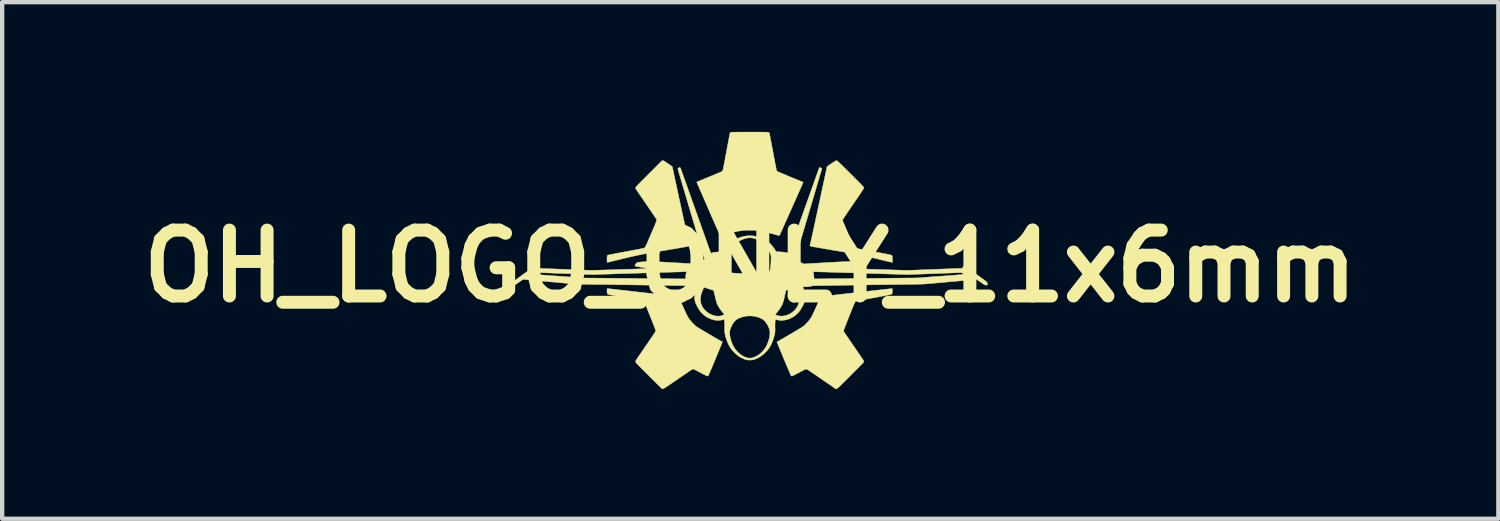
<source format=kicad_pcb>
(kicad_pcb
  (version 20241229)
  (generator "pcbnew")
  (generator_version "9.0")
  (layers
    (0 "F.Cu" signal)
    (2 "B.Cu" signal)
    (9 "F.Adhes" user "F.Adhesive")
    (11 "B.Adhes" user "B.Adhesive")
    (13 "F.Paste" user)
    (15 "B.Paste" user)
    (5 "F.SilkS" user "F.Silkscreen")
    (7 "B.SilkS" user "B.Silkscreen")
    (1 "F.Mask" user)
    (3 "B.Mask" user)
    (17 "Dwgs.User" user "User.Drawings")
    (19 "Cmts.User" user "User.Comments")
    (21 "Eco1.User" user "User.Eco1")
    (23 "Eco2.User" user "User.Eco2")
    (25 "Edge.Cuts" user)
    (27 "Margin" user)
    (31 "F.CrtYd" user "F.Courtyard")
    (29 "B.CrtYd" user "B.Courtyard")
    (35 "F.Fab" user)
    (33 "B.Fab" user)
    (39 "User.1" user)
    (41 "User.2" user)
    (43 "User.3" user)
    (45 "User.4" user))
  (footprint "OH_LOGO_ONLY_11x6mm"
    (layer "F.Cu")
    (at 14.304 3.107)
    (property "Reference" "OH_LOGO_ONLY_11x6mm" (at 0 0 0) (layer "F.SilkS") (effects (font (size 1.524 1.524) (thickness 0.3))))
    (attr through_hole)
    (fp_poly (pts (xy 2.008 -2.439) (xy 2.012 -2.436) (xy 2.022 -2.427) (xy 2.037 -2.413) (xy 2.057 -2.395) (xy 2.08 -2.372) (xy 2.107 -2.346) (xy 2.137 -2.317) (xy 2.169 -2.286) (xy 2.203 -2.252) (xy 2.239 -2.217) (xy 2.276 -2.18) (xy 2.313 -2.143) (xy 2.351 -2.106) (xy 2.387 -2.069) (xy 2.423 -2.033) (xy 2.458 -1.999) (xy 2.49 -1.966) (xy 2.52 -1.936) (xy 2.547 -1.908) (xy 2.571 -1.884) (xy 2.59 -1.864) (xy 2.606 -1.848) (xy 2.616 -1.836) (xy 2.621 -1.83) (xy 2.621 -1.83) (xy 2.626 -1.814) (xy 2.625 -1.804) (xy 2.622 -1.798) (xy 2.615 -1.785) (xy 2.602 -1.765) (xy 2.585 -1.738) (xy 2.563 -1.705) (xy 2.536 -1.665) (xy 2.505 -1.619) (xy 2.469 -1.565) (xy 2.428 -1.506) (xy 2.383 -1.44) (xy 2.344 -1.383) (xy 2.307 -1.329) (xy 2.274 -1.28) (xy 2.243 -1.235) (xy 2.217 -1.196) (xy 2.194 -1.161) (xy 2.174 -1.132) (xy 2.159 -1.108) (xy 2.148 -1.091) (xy 2.142 -1.08) (xy 2.14 -1.076) (xy 2.138 -1.063) (xy 2.138 -1.052) (xy 2.138 -1.052) (xy 2.141 -1.045) (xy 2.146 -1.032) (xy 2.154 -1.013) (xy 2.164 -0.988) (xy 2.177 -0.958) (xy 2.191 -0.924) (xy 2.207 -0.887) (xy 2.224 -0.848) (xy 2.241 -0.806) (xy 2.259 -0.764) (xy 2.278 -0.721) (xy 2.296 -0.679) (xy 2.314 -0.638) (xy 2.331 -0.598) (xy 2.347 -0.561) (xy 2.362 -0.528) (xy 2.375 -0.499) (xy 2.386 -0.474) (xy 2.394 -0.455) (xy 2.4 -0.443) (xy 2.403 -0.437) (xy 2.403 -0.437) (xy 2.413 -0.427) (xy 2.423 -0.42) (xy 2.428 -0.419) (xy 2.442 -0.416) (xy 2.463 -0.411) (xy 2.49 -0.406) (xy 2.523 -0.399) (xy 2.562 -0.392) (xy 2.605 -0.383) (xy 2.653 -0.374) (xy 2.704 -0.364) (xy 2.759 -0.354) (xy 2.816 -0.343) (xy 2.847 -0.338) (xy 2.915 -0.325) (xy 2.974 -0.314) (xy 3.027 -0.304) (xy 3.073 -0.295) (xy 3.112 -0.288) (xy 3.146 -0.282) (xy 3.174 -0.276) (xy 3.197 -0.271) (xy 3.216 -0.267) (xy 3.232 -0.264) (xy 3.243 -0.261) (xy 3.252 -0.259) (xy 3.259 -0.256) (xy 3.264 -0.254) (xy 3.267 -0.252) (xy 3.27 -0.251) (xy 3.272 -0.248) (xy 3.272 -0.248) (xy 3.285 -0.236) (xy 3.288 -0.088) (xy 3.278 -0.088) (xy 3.272 -0.089) (xy 3.259 -0.092) (xy 3.239 -0.097) (xy 3.213 -0.103) (xy 3.182 -0.11) (xy 3.146 -0.119) (xy 3.106 -0.128) (xy 3.064 -0.139) (xy 3.02 -0.149) (xy 2.926 -0.172) (xy 2.84 -0.193) (xy 2.762 -0.212) (xy 2.69 -0.228) (xy 2.625 -0.243) (xy 2.567 -0.256) (xy 2.514 -0.267) (xy 2.467 -0.276) (xy 2.449 -0.28) (xy 2.434 -0.283) (xy 2.412 -0.287) (xy 2.382 -0.292) (xy 2.346 -0.298) (xy 2.305 -0.305) (xy 2.258 -0.313) (xy 2.207 -0.322) (xy 2.152 -0.331) (xy 2.093 -0.341) (xy 2.033 -0.351) (xy 1.97 -0.362) (xy 1.907 -0.372) (xy 1.901 -0.373) (xy 1.838 -0.384) (xy 1.778 -0.394) (xy 1.719 -0.404) (xy 1.665 -0.413) (xy 1.613 -0.422) (xy 1.566 -0.431) (xy 1.524 -0.438) (xy 1.487 -0.445) (xy 1.456 -0.45) (xy 1.432 -0.455) (xy 1.415 -0.458) (xy 1.405 -0.46) (xy 1.404 -0.461) (xy 1.39 -0.466) (xy 1.382 -0.47) (xy 1.379 -0.474) (xy 1.38 -0.479) (xy 1.382 -0.485) (xy 1.384 -0.494) (xy 1.387 -0.505) (xy 1.39 -0.518) (xy 1.394 -0.534) (xy 1.398 -0.553) (xy 1.403 -0.575) (xy 1.409 -0.602) (xy 1.416 -0.632) (xy 1.423 -0.667) (xy 1.432 -0.706) (xy 1.442 -0.75) (xy 1.453 -0.8) (xy 1.465 -0.856) (xy 1.478 -0.917) (xy 1.493 -0.985) (xy 1.509 -1.06) (xy 1.526 -1.141) (xy 1.546 -1.23) (xy 1.566 -1.326) (xy 1.589 -1.431) (xy 1.59 -1.434) (xy 1.777 -2.304) (xy 1.875 -2.372) (xy 1.901 -2.389) (xy 1.926 -2.405) (xy 1.947 -2.419) (xy 1.965 -2.43) (xy 1.978 -2.437) (xy 1.985 -2.441) (xy 1.985 -2.441) (xy 1.999 -2.441) (xy 2.008 -2.439)) (stroke (width 0.01) (type solid)) (fill yes) (layer "F.SilkS"))
    (fp_poly (pts (xy -2.022 -2.441) (xy -2.016 -2.441) (xy -2.009 -2.44) (xy -2.002 -2.437) (xy -1.993 -2.432) (xy -1.981 -2.425) (xy -1.965 -2.414) (xy -1.944 -2.4) (xy -1.918 -2.382) (xy -1.903 -2.372) (xy -1.804 -2.304) (xy -1.613 -1.417) (xy -1.594 -1.332) (xy -1.576 -1.248) (xy -1.559 -1.167) (xy -1.542 -1.089) (xy -1.525 -1.014) (xy -1.51 -0.943) (xy -1.495 -0.875) (xy -1.482 -0.812) (xy -1.469 -0.754) (xy -1.457 -0.701) (xy -1.447 -0.654) (xy -1.438 -0.612) (xy -1.43 -0.577) (xy -1.424 -0.548) (xy -1.419 -0.527) (xy -1.416 -0.513) (xy -1.414 -0.507) (xy -1.41 -0.493) (xy -1.407 -0.481) (xy -1.405 -0.476) (xy -1.405 -0.472) (xy -1.411 -0.468) (xy -1.422 -0.464) (xy -1.432 -0.46) (xy -1.44 -0.458) (xy -1.455 -0.455) (xy -1.478 -0.451) (xy -1.508 -0.446) (xy -1.544 -0.439) (xy -1.585 -0.432) (xy -1.631 -0.424) (xy -1.682 -0.415) (xy -1.736 -0.406) (xy -1.794 -0.396) (xy -1.854 -0.386) (xy -1.917 -0.375) (xy -1.941 -0.371) (xy -2.026 -0.357) (xy -2.103 -0.344) (xy -2.173 -0.332) (xy -2.236 -0.321) (xy -2.294 -0.311) (xy -2.347 -0.302) (xy -2.396 -0.294) (xy -2.441 -0.285) (xy -2.484 -0.278) (xy -2.524 -0.27) (xy -2.562 -0.262) (xy -2.6 -0.254) (xy -2.638 -0.246) (xy -2.676 -0.238) (xy -2.715 -0.229) (xy -2.756 -0.22) (xy -2.8 -0.209) (xy -2.847 -0.198) (xy -2.897 -0.186) (xy -2.953 -0.173) (xy -3.014 -0.158) (xy -3.031 -0.154) (xy -3.077 -0.142) (xy -3.122 -0.132) (xy -3.163 -0.122) (xy -3.2 -0.113) (xy -3.233 -0.105) (xy -3.261 -0.098) (xy -3.283 -0.093) (xy -3.298 -0.09) (xy -3.306 -0.088) (xy -3.307 -0.088) (xy -3.309 -0.089) (xy -3.311 -0.095) (xy -3.312 -0.106) (xy -3.313 -0.123) (xy -3.313 -0.147) (xy -3.313 -0.157) (xy -3.313 -0.187) (xy -3.312 -0.209) (xy -3.31 -0.226) (xy -3.307 -0.237) (xy -3.303 -0.246) (xy -3.297 -0.252) (xy -3.293 -0.255) (xy -3.287 -0.257) (xy -3.274 -0.26) (xy -3.253 -0.264) (xy -3.225 -0.27) (xy -3.19 -0.277) (xy -3.149 -0.285) (xy -3.102 -0.294) (xy -3.05 -0.304) (xy -2.994 -0.315) (xy -2.932 -0.326) (xy -2.871 -0.338) (xy -2.803 -0.35) (xy -2.743 -0.362) (xy -2.69 -0.372) (xy -2.644 -0.38) (xy -2.604 -0.388) (xy -2.57 -0.394) (xy -2.541 -0.4) (xy -2.518 -0.405) (xy -2.498 -0.409) (xy -2.483 -0.412) (xy -2.47 -0.415) (xy -2.461 -0.418) (xy -2.454 -0.42) (xy -2.449 -0.422) (xy -2.445 -0.425) (xy -2.443 -0.426) (xy -2.44 -0.428) (xy -2.437 -0.431) (xy -2.433 -0.435) (xy -2.43 -0.44) (xy -2.425 -0.447) (xy -2.42 -0.457) (xy -2.414 -0.47) (xy -2.406 -0.487) (xy -2.397 -0.508) (xy -2.385 -0.533) (xy -2.372 -0.564) (xy -2.356 -0.601) (xy -2.337 -0.644) (xy -2.316 -0.693) (xy -2.296 -0.74) (xy -2.271 -0.797) (xy -2.25 -0.848) (xy -2.231 -0.891) (xy -2.215 -0.929) (xy -2.202 -0.961) (xy -2.191 -0.988) (xy -2.183 -1.01) (xy -2.176 -1.028) (xy -2.171 -1.043) (xy -2.168 -1.055) (xy -2.166 -1.064) (xy -2.166 -1.071) (xy -2.167 -1.077) (xy -2.168 -1.083) (xy -2.17 -1.088) (xy -2.172 -1.09) (xy -2.175 -1.096) (xy -2.182 -1.107) (xy -2.194 -1.125) (xy -2.21 -1.148) (xy -2.229 -1.176) (xy -2.251 -1.208) (xy -2.276 -1.245) (xy -2.303 -1.285) (xy -2.333 -1.328) (xy -2.364 -1.374) (xy -2.397 -1.421) (xy -2.411 -1.443) (xy -2.445 -1.491) (xy -2.476 -1.538) (xy -2.507 -1.582) (xy -2.535 -1.623) (xy -2.561 -1.661) (xy -2.584 -1.695) (xy -2.604 -1.725) (xy -2.621 -1.751) (xy -2.634 -1.771) (xy -2.644 -1.785) (xy -2.649 -1.793) (xy -2.649 -1.794) (xy -2.651 -1.798) (xy -2.652 -1.803) (xy -2.653 -1.807) (xy -2.653 -1.811) (xy -2.651 -1.817) (xy -2.647 -1.823) (xy -2.642 -1.832) (xy -2.634 -1.842) (xy -2.624 -1.854) (xy -2.61 -1.869) (xy -2.593 -1.887) (xy -2.573 -1.908) (xy -2.549 -1.933) (xy -2.52 -1.962) (xy -2.487 -1.995) (xy -2.448 -2.034) (xy -2.405 -2.077) (xy -2.356 -2.126) (xy -2.344 -2.138) (xy -2.041 -2.441) (xy -2.022 -2.441)) (stroke (width 0.01) (type solid)) (fill yes) (layer "F.SilkS"))
    (fp_poly (pts (xy -0.033 -3.102) (xy -0.013 -3.102) (xy 0.057 -3.102) (xy 0.119 -3.102) (xy 0.173 -3.102) (xy 0.221 -3.102) (xy 0.262 -3.101) (xy 0.297 -3.101) (xy 0.326 -3.101) (xy 0.351 -3.101) (xy 0.37 -3.1) (xy 0.386 -3.1) (xy 0.399 -3.099) (xy 0.408 -3.098) (xy 0.415 -3.098) (xy 0.42 -3.097) (xy 0.423 -3.096) (xy 0.425 -3.095) (xy 0.435 -3.087) (xy 0.442 -3.078) (xy 0.443 -3.072) (xy 0.446 -3.059) (xy 0.45 -3.039) (xy 0.455 -3.012) (xy 0.462 -2.979) (xy 0.469 -2.94) (xy 0.478 -2.897) (xy 0.487 -2.849) (xy 0.496 -2.797) (xy 0.507 -2.743) (xy 0.518 -2.685) (xy 0.525 -2.646) (xy 0.536 -2.588) (xy 0.546 -2.531) (xy 0.557 -2.477) (xy 0.566 -2.427) (xy 0.575 -2.38) (xy 0.583 -2.338) (xy 0.591 -2.302) (xy 0.597 -2.27) (xy 0.602 -2.245) (xy 0.606 -2.227) (xy 0.608 -2.216) (xy 0.609 -2.213) (xy 0.617 -2.202) (xy 0.625 -2.193) (xy 0.63 -2.19) (xy 0.642 -2.185) (xy 0.66 -2.177) (xy 0.684 -2.166) (xy 0.713 -2.154) (xy 0.746 -2.14) (xy 0.783 -2.125) (xy 0.822 -2.109) (xy 0.862 -2.092) (xy 0.904 -2.074) (xy 0.946 -2.057) (xy 0.988 -2.039) (xy 1.029 -2.023) (xy 1.068 -2.007) (xy 1.104 -1.992) (xy 1.136 -1.979) (xy 1.165 -1.967) (xy 1.188 -1.958) (xy 1.206 -1.951) (xy 1.218 -1.947) (xy 1.222 -1.945) (xy 1.222 -1.944) (xy 1.221 -1.94) (xy 1.219 -1.933) (xy 1.215 -1.923) (xy 1.21 -1.909) (xy 1.202 -1.891) (xy 1.193 -1.869) (xy 1.182 -1.842) (xy 1.168 -1.811) (xy 1.152 -1.774) (xy 1.133 -1.732) (xy 1.112 -1.684) (xy 1.088 -1.63) (xy 1.061 -1.57) (xy 1.031 -1.503) (xy 0.998 -1.428) (xy 0.962 -1.347) (xy 0.954 -1.33) (xy 0.924 -1.262) (xy 0.894 -1.196) (xy 0.866 -1.132) (xy 0.838 -1.071) (xy 0.812 -1.013) (xy 0.788 -0.959) (xy 0.766 -0.91) (xy 0.746 -0.864) (xy 0.728 -0.824) (xy 0.712 -0.789) (xy 0.699 -0.76) (xy 0.689 -0.737) (xy 0.681 -0.721) (xy 0.677 -0.712) (xy 0.676 -0.71) (xy 0.673 -0.708) (xy 0.668 -0.708) (xy 0.659 -0.709) (xy 0.645 -0.713) (xy 0.625 -0.719) (xy 0.611 -0.722) (xy 0.55 -0.74) (xy 0.485 -0.757) (xy 0.418 -0.774) (xy 0.35 -0.789) (xy 0.285 -0.803) (xy 0.223 -0.815) (xy 0.18 -0.822) (xy 0.154 -0.825) (xy 0.122 -0.828) (xy 0.085 -0.83) (xy 0.044 -0.831) (xy 0.002 -0.832) (xy -0.04 -0.832) (xy -0.081 -0.832) (xy -0.118 -0.83) (xy -0.15 -0.828) (xy -0.167 -0.827) (xy -0.215 -0.82) (xy -0.27 -0.811) (xy -0.33 -0.799) (xy -0.392 -0.786) (xy -0.456 -0.771) (xy -0.519 -0.756) (xy -0.581 -0.739) (xy -0.624 -0.726) (xy -0.647 -0.72) (xy -0.667 -0.714) (xy -0.682 -0.709) (xy -0.693 -0.707) (xy -0.696 -0.706) (xy -0.698 -0.71) (xy -0.703 -0.721) (xy -0.711 -0.739) (xy -0.722 -0.764) (xy -0.736 -0.794) (xy -0.752 -0.831) (xy -0.77 -0.873) (xy -0.791 -0.919) (xy -0.813 -0.97) (xy -0.838 -1.025) (xy -0.863 -1.084) (xy -0.891 -1.146) (xy -0.919 -1.211) (xy -0.948 -1.278) (xy -0.968 -1.322) (xy -0.997 -1.391) (xy -1.026 -1.457) (xy -1.054 -1.521) (xy -1.081 -1.582) (xy -1.106 -1.64) (xy -1.13 -1.694) (xy -1.151 -1.744) (xy -1.171 -1.789) (xy -1.188 -1.829) (xy -1.204 -1.864) (xy -1.216 -1.893) (xy -1.226 -1.916) (xy -1.233 -1.932) (xy -1.237 -1.941) (xy -1.237 -1.943) (xy -1.234 -1.946) (xy -1.223 -1.951) (xy -1.204 -1.96) (xy -1.179 -1.971) (xy -1.148 -1.984) (xy -1.11 -2) (xy -1.067 -2.018) (xy -1.019 -2.038) (xy -0.966 -2.06) (xy -0.954 -2.065) (xy -0.907 -2.084) (xy -0.862 -2.102) (xy -0.82 -2.12) (xy -0.781 -2.136) (xy -0.747 -2.15) (xy -0.717 -2.163) (xy -0.692 -2.174) (xy -0.673 -2.182) (xy -0.661 -2.187) (xy -0.656 -2.19) (xy -0.646 -2.2) (xy -0.637 -2.212) (xy -0.636 -2.213) (xy -0.634 -2.219) (xy -0.631 -2.234) (xy -0.626 -2.256) (xy -0.62 -2.285) (xy -0.613 -2.321) (xy -0.605 -2.363) (xy -0.595 -2.411) (xy -0.585 -2.465) (xy -0.574 -2.524) (xy -0.562 -2.588) (xy -0.55 -2.65) (xy -0.539 -2.709) (xy -0.529 -2.766) (xy -0.519 -2.819) (xy -0.509 -2.87) (xy -0.501 -2.916) (xy -0.493 -2.958) (xy -0.485 -2.994) (xy -0.479 -3.025) (xy -0.475 -3.05) (xy -0.471 -3.068) (xy -0.468 -3.078) (xy -0.468 -3.081) (xy -0.466 -3.084) (xy -0.464 -3.087) (xy -0.462 -3.09) (xy -0.459 -3.092) (xy -0.454 -3.094) (xy -0.447 -3.096) (xy -0.438 -3.097) (xy -0.426 -3.098) (xy -0.41 -3.099) (xy -0.39 -3.1) (xy -0.366 -3.101) (xy -0.337 -3.101) (xy -0.303 -3.101) (xy -0.263 -3.102) (xy -0.216 -3.102) (xy -0.163 -3.102) (xy -0.102 -3.102) (xy -0.033 -3.102)) (stroke (width 0.01) (type solid)) (fill yes) (layer "F.SilkS"))
    (fp_poly (pts (xy -3.299 0.518) (xy -3.286 0.52) (xy -3.266 0.522) (xy -3.239 0.525) (xy -3.205 0.528) (xy -3.166 0.533) (xy -3.121 0.538) (xy -3.071 0.544) (xy -3.016 0.55) (xy -2.958 0.556) (xy -2.897 0.563) (xy -2.832 0.57) (xy -2.765 0.578) (xy -2.696 0.586) (xy -2.625 0.594) (xy -2.554 0.602) (xy -2.482 0.61) (xy -2.41 0.618) (xy -2.339 0.626) (xy -2.269 0.634) (xy -2.2 0.642) (xy -2.133 0.649) (xy -2.069 0.657) (xy -2.008 0.664) (xy -1.95 0.67) (xy -1.896 0.676) (xy -1.847 0.682) (xy -1.803 0.687) (xy -1.764 0.692) (xy -1.732 0.695) (xy -1.706 0.698) (xy -1.686 0.701) (xy -1.675 0.702) (xy -1.672 0.702) (xy -1.66 0.705) (xy -1.654 0.709) (xy -1.652 0.717) (xy -1.65 0.723) (xy -1.644 0.736) (xy -1.636 0.756) (xy -1.626 0.78) (xy -1.613 0.808) (xy -1.599 0.84) (xy -1.584 0.874) (xy -1.568 0.91) (xy -1.551 0.946) (xy -1.535 0.982) (xy -1.519 1.017) (xy -1.504 1.051) (xy -1.49 1.081) (xy -1.478 1.107) (xy -1.467 1.13) (xy -1.459 1.146) (xy -1.455 1.154) (xy -1.434 1.189) (xy -1.408 1.227) (xy -1.377 1.267) (xy -1.343 1.306) (xy -1.308 1.342) (xy -1.273 1.375) (xy -1.239 1.403) (xy -1.238 1.403) (xy -1.231 1.408) (xy -1.217 1.417) (xy -1.196 1.429) (xy -1.171 1.445) (xy -1.142 1.462) (xy -1.108 1.482) (xy -1.072 1.504) (xy -1.033 1.527) (xy -0.993 1.55) (xy -0.952 1.574) (xy -0.911 1.598) (xy -0.871 1.622) (xy -0.832 1.645) (xy -0.795 1.666) (xy -0.761 1.686) (xy -0.73 1.704) (xy -0.704 1.719) (xy -0.682 1.731) (xy -0.667 1.739) (xy -0.662 1.742) (xy -0.643 1.752) (xy -0.803 2.139) (xy -0.831 2.208) (xy -0.858 2.27) (xy -0.881 2.327) (xy -0.902 2.377) (xy -0.921 2.421) (xy -0.937 2.457) (xy -0.95 2.487) (xy -0.96 2.51) (xy -0.967 2.525) (xy -0.972 2.533) (xy -0.972 2.534) (xy -0.983 2.54) (xy -0.992 2.541) (xy -0.998 2.539) (xy -1.011 2.534) (xy -1.029 2.525) (xy -1.052 2.513) (xy -1.079 2.5) (xy -1.11 2.484) (xy -1.143 2.467) (xy -1.154 2.461) (xy -1.193 2.44) (xy -1.225 2.423) (xy -1.252 2.409) (xy -1.274 2.398) (xy -1.291 2.391) (xy -1.304 2.385) (xy -1.315 2.382) (xy -1.323 2.381) (xy -1.33 2.381) (xy -1.337 2.383) (xy -1.341 2.384) (xy -1.346 2.387) (xy -1.357 2.394) (xy -1.374 2.406) (xy -1.397 2.421) (xy -1.425 2.44) (xy -1.457 2.462) (xy -1.493 2.486) (xy -1.533 2.513) (xy -1.575 2.542) (xy -1.62 2.573) (xy -1.667 2.605) (xy -1.678 2.613) (xy -1.734 2.651) (xy -1.784 2.685) (xy -1.827 2.715) (xy -1.865 2.741) (xy -1.898 2.763) (xy -1.926 2.781) (xy -1.949 2.797) (xy -1.969 2.809) (xy -1.985 2.819) (xy -1.998 2.826) (xy -2.008 2.832) (xy -2.016 2.835) (xy -2.023 2.837) (xy -2.028 2.837) (xy -2.032 2.837) (xy -2.036 2.835) (xy -2.04 2.833) (xy -2.041 2.833) (xy -2.045 2.829) (xy -2.055 2.82) (xy -2.07 2.805) (xy -2.09 2.786) (xy -2.113 2.763) (xy -2.14 2.737) (xy -2.17 2.708) (xy -2.202 2.676) (xy -2.236 2.642) (xy -2.272 2.606) (xy -2.308 2.57) (xy -2.345 2.532) (xy -2.383 2.495) (xy -2.419 2.459) (xy -2.455 2.423) (xy -2.489 2.389) (xy -2.521 2.356) (xy -2.55 2.327) (xy -2.577 2.3) (xy -2.6 2.276) (xy -2.619 2.257) (xy -2.633 2.242) (xy -2.642 2.232) (xy -2.646 2.227) (xy -2.646 2.227) (xy -2.65 2.218) (xy -2.652 2.209) (xy -2.651 2.199) (xy -2.647 2.187) (xy -2.639 2.173) (xy -2.627 2.153) (xy -2.611 2.128) (xy -2.609 2.125) (xy -2.599 2.111) (xy -2.585 2.091) (xy -2.567 2.065) (xy -2.546 2.034) (xy -2.522 1.999) (xy -2.496 1.961) (xy -2.468 1.92) (xy -2.439 1.877) (xy -2.408 1.833) (xy -2.381 1.794) (xy -2.352 1.751) (xy -2.324 1.71) (xy -2.298 1.671) (xy -2.273 1.636) (xy -2.251 1.603) (xy -2.232 1.575) (xy -2.217 1.551) (xy -2.205 1.533) (xy -2.196 1.52) (xy -2.193 1.514) (xy -2.192 1.514) (xy -2.188 1.501) (xy -2.187 1.488) (xy -2.188 1.482) (xy -2.193 1.469) (xy -2.2 1.45) (xy -2.209 1.424) (xy -2.221 1.394) (xy -2.234 1.36) (xy -2.249 1.322) (xy -2.265 1.281) (xy -2.282 1.238) (xy -2.3 1.194) (xy -2.318 1.15) (xy -2.335 1.105) (xy -2.353 1.062) (xy -2.37 1.02) (xy -2.386 0.98) (xy -2.402 0.943) (xy -2.415 0.91) (xy -2.427 0.881) (xy -2.437 0.858) (xy -2.445 0.84) (xy -2.45 0.83) (xy -2.452 0.826) (xy -2.461 0.817) (xy -2.469 0.811) (xy -2.47 0.81) (xy -2.475 0.809) (xy -2.488 0.806) (xy -2.508 0.802) (xy -2.534 0.797) (xy -2.567 0.79) (xy -2.605 0.783) (xy -2.648 0.775) (xy -2.695 0.766) (xy -2.746 0.757) (xy -2.8 0.746) (xy -2.856 0.736) (xy -2.879 0.732) (xy -2.952 0.718) (xy -3.017 0.706) (xy -3.075 0.695) (xy -3.125 0.685) (xy -3.168 0.677) (xy -3.204 0.67) (xy -3.233 0.664) (xy -3.256 0.659) (xy -3.273 0.655) (xy -3.285 0.652) (xy -3.291 0.65) (xy -3.292 0.649) (xy -3.3 0.642) (xy -3.306 0.634) (xy -3.31 0.623) (xy -3.312 0.607) (xy -3.313 0.586) (xy -3.313 0.57) (xy -3.313 0.548) (xy -3.312 0.533) (xy -3.311 0.524) (xy -3.31 0.52) (xy -3.307 0.518) (xy -3.304 0.518) (xy -3.299 0.518)) (stroke (width 0.01) (type solid)) (fill yes) (layer "F.SilkS"))
    (fp_poly (pts (xy 3.281 0.518) (xy 3.284 0.52) (xy 3.286 0.524) (xy 3.287 0.534) (xy 3.287 0.548) (xy 3.287 0.567) (xy 3.286 0.595) (xy 3.284 0.617) (xy 3.28 0.632) (xy 3.273 0.643) (xy 3.265 0.65) (xy 3.26 0.652) (xy 3.246 0.655) (xy 3.225 0.66) (xy 3.198 0.665) (xy 3.164 0.672) (xy 3.125 0.68) (xy 3.081 0.688) (xy 3.032 0.698) (xy 2.978 0.708) (xy 2.922 0.719) (xy 2.862 0.73) (xy 2.853 0.731) (xy 2.796 0.742) (xy 2.741 0.752) (xy 2.689 0.762) (xy 2.641 0.771) (xy 2.596 0.78) (xy 2.556 0.787) (xy 2.521 0.794) (xy 2.492 0.8) (xy 2.47 0.804) (xy 2.454 0.807) (xy 2.446 0.809) (xy 2.445 0.81) (xy 2.441 0.812) (xy 2.436 0.816) (xy 2.432 0.82) (xy 2.427 0.827) (xy 2.422 0.836) (xy 2.416 0.848) (xy 2.409 0.863) (xy 2.4 0.882) (xy 2.39 0.905) (xy 2.378 0.934) (xy 2.364 0.967) (xy 2.348 1.007) (xy 2.33 1.053) (xy 2.308 1.106) (xy 2.288 1.156) (xy 2.262 1.222) (xy 2.239 1.28) (xy 2.219 1.331) (xy 2.202 1.374) (xy 2.188 1.411) (xy 2.177 1.44) (xy 2.169 1.463) (xy 2.164 1.478) (xy 2.161 1.488) (xy 2.161 1.49) (xy 2.163 1.505) (xy 2.167 1.517) (xy 2.167 1.518) (xy 2.17 1.523) (xy 2.178 1.535) (xy 2.19 1.552) (xy 2.205 1.575) (xy 2.224 1.603) (xy 2.246 1.635) (xy 2.271 1.671) (xy 2.298 1.711) (xy 2.327 1.753) (xy 2.357 1.798) (xy 2.386 1.84) (xy 2.418 1.886) (xy 2.448 1.931) (xy 2.478 1.973) (xy 2.505 2.013) (xy 2.53 2.05) (xy 2.553 2.083) (xy 2.572 2.111) (xy 2.588 2.135) (xy 2.601 2.153) (xy 2.609 2.165) (xy 2.613 2.17) (xy 2.623 2.19) (xy 2.627 2.206) (xy 2.626 2.209) (xy 2.626 2.212) (xy 2.624 2.216) (xy 2.621 2.22) (xy 2.616 2.227) (xy 2.609 2.235) (xy 2.6 2.245) (xy 2.589 2.257) (xy 2.574 2.273) (xy 2.556 2.291) (xy 2.534 2.313) (xy 2.508 2.339) (xy 2.478 2.37) (xy 2.443 2.405) (xy 2.403 2.445) (xy 2.358 2.49) (xy 2.319 2.53) (xy 2.268 2.581) (xy 2.222 2.626) (xy 2.183 2.666) (xy 2.148 2.701) (xy 2.117 2.731) (xy 2.091 2.757) (xy 2.068 2.778) (xy 2.049 2.796) (xy 2.033 2.81) (xy 2.019 2.821) (xy 2.008 2.829) (xy 1.998 2.834) (xy 1.99 2.837) (xy 1.983 2.837) (xy 1.977 2.836) (xy 1.971 2.833) (xy 1.965 2.829) (xy 1.959 2.824) (xy 1.951 2.819) (xy 1.944 2.814) (xy 1.935 2.807) (xy 1.92 2.797) (xy 1.899 2.783) (xy 1.873 2.765) (xy 1.842 2.743) (xy 1.807 2.719) (xy 1.768 2.693) (xy 1.727 2.665) (xy 1.684 2.635) (xy 1.639 2.604) (xy 1.613 2.586) (xy 1.56 2.55) (xy 1.514 2.519) (xy 1.474 2.491) (xy 1.439 2.468) (xy 1.41 2.448) (xy 1.385 2.431) (xy 1.364 2.417) (xy 1.347 2.407) (xy 1.334 2.398) (xy 1.323 2.392) (xy 1.314 2.387) (xy 1.308 2.384) (xy 1.303 2.383) (xy 1.299 2.382) (xy 1.298 2.382) (xy 1.292 2.381) (xy 1.287 2.382) (xy 1.28 2.383) (xy 1.272 2.386) (xy 1.261 2.391) (xy 1.247 2.398) (xy 1.229 2.407) (xy 1.206 2.419) (xy 1.177 2.434) (xy 1.141 2.453) (xy 1.127 2.461) (xy 1.086 2.482) (xy 1.05 2.501) (xy 1.02 2.517) (xy 0.995 2.528) (xy 0.978 2.536) (xy 0.967 2.541) (xy 0.964 2.541) (xy 0.951 2.538) (xy 0.943 2.532) (xy 0.94 2.527) (xy 0.935 2.514) (xy 0.926 2.495) (xy 0.916 2.47) (xy 0.902 2.439) (xy 0.887 2.404) (xy 0.87 2.363) (xy 0.851 2.319) (xy 0.831 2.271) (xy 0.81 2.22) (xy 0.787 2.167) (xy 0.764 2.111) (xy 0.741 2.055) (xy 0.717 1.998) (xy 0.693 1.941) (xy 0.67 1.884) (xy 0.647 1.828) (xy 0.625 1.773) (xy 0.617 1.755) (xy 0.619 1.75) (xy 0.623 1.748) (xy 0.629 1.745) (xy 0.641 1.738) (xy 0.66 1.728) (xy 0.684 1.715) (xy 0.712 1.698) (xy 0.744 1.68) (xy 0.779 1.66) (xy 0.816 1.638) (xy 0.856 1.615) (xy 0.896 1.591) (xy 0.937 1.568) (xy 0.977 1.544) (xy 1.016 1.521) (xy 1.054 1.498) (xy 1.089 1.478) (xy 1.121 1.458) (xy 1.15 1.441) (xy 1.174 1.427) (xy 1.192 1.416) (xy 1.205 1.407) (xy 1.21 1.404) (xy 1.244 1.377) (xy 1.28 1.344) (xy 1.315 1.307) (xy 1.35 1.267) (xy 1.381 1.227) (xy 1.408 1.189) (xy 1.42 1.171) (xy 1.424 1.161) (xy 1.432 1.145) (xy 1.443 1.123) (xy 1.455 1.097) (xy 1.47 1.066) (xy 1.485 1.033) (xy 1.501 0.997) (xy 1.518 0.96) (xy 1.535 0.923) (xy 1.552 0.886) (xy 1.568 0.85) (xy 1.582 0.818) (xy 1.596 0.788) (xy 1.607 0.762) (xy 1.615 0.742) (xy 1.621 0.728) (xy 1.624 0.721) (xy 1.627 0.71) (xy 1.629 0.704) (xy 1.629 0.704) (xy 1.634 0.703) (xy 1.646 0.702) (xy 1.666 0.7) (xy 1.693 0.697) (xy 1.726 0.693) (xy 1.766 0.688) (xy 1.813 0.683) (xy 1.864 0.677) (xy 1.921 0.671) (xy 1.983 0.664) (xy 2.049 0.656) (xy 2.119 0.648) (xy 2.193 0.64) (xy 2.27 0.631) (xy 2.349 0.622) (xy 2.431 0.613) (xy 2.448 0.611) (xy 2.531 0.601) (xy 2.611 0.592) (xy 2.689 0.584) (xy 2.764 0.575) (xy 2.835 0.567) (xy 2.902 0.559) (xy 2.966 0.552) (xy 3.024 0.546) (xy 3.078 0.54) (xy 3.126 0.534) (xy 3.168 0.53) (xy 3.204 0.526) (xy 3.233 0.522) (xy 3.255 0.52) (xy 3.27 0.518) (xy 3.277 0.518) (xy 3.277 0.518) (xy 3.281 0.518)) (stroke (width 0.01) (type solid)) (fill yes) (layer "F.SilkS"))
    (fp_poly (pts (xy -1.623 -2.279) (xy -1.617 -2.276) (xy -1.613 -2.269) (xy -1.613 -2.268) (xy -1.61 -2.261) (xy -1.605 -2.247) (xy -1.597 -2.225) (xy -1.587 -2.197) (xy -1.575 -2.163) (xy -1.561 -2.123) (xy -1.545 -2.078) (xy -1.527 -2.028) (xy -1.508 -1.974) (xy -1.487 -1.916) (xy -1.465 -1.854) (xy -1.442 -1.79) (xy -1.419 -1.723) (xy -1.394 -1.655) (xy -1.369 -1.584) (xy -1.344 -1.513) (xy -1.318 -1.441) (xy -1.293 -1.369) (xy -1.267 -1.298) (xy -1.242 -1.227) (xy -1.217 -1.157) (xy -1.193 -1.089) (xy -1.169 -1.024) (xy -1.147 -0.961) (xy -1.126 -0.901) (xy -1.106 -0.844) (xy -1.087 -0.792) (xy -1.07 -0.744) (xy -1.055 -0.701) (xy -1.041 -0.663) (xy -1.03 -0.631) (xy -1.027 -0.625) (xy -1.01 -0.574) (xy -0.993 -0.527) (xy -0.977 -0.482) (xy -0.962 -0.441) (xy -0.949 -0.403) (xy -0.937 -0.371) (xy -0.927 -0.344) (xy -0.92 -0.323) (xy -0.914 -0.308) (xy -0.912 -0.301) (xy -0.911 -0.3) (xy -0.907 -0.3) (xy -0.898 -0.304) (xy -0.896 -0.305) (xy -0.878 -0.31) (xy -0.854 -0.316) (xy -0.823 -0.321) (xy -0.789 -0.325) (xy -0.751 -0.329) (xy -0.712 -0.332) (xy -0.673 -0.333) (xy -0.663 -0.333) (xy -0.619 -0.334) (xy -0.598 -0.369) (xy -0.574 -0.407) (xy -0.545 -0.446) (xy -0.514 -0.484) (xy -0.482 -0.52) (xy -0.451 -0.55) (xy -0.423 -0.574) (xy -0.393 -0.594) (xy -0.358 -0.613) (xy -0.316 -0.633) (xy -0.272 -0.651) (xy -0.225 -0.668) (xy -0.178 -0.682) (xy -0.134 -0.693) (xy -0.101 -0.698) (xy -0.061 -0.702) (xy -0.019 -0.703) (xy 0.024 -0.703) (xy 0.065 -0.7) (xy 0.102 -0.696) (xy 0.115 -0.693) (xy 0.168 -0.68) (xy 0.22 -0.664) (xy 0.27 -0.645) (xy 0.317 -0.623) (xy 0.36 -0.601) (xy 0.396 -0.578) (xy 0.411 -0.567) (xy 0.442 -0.54) (xy 0.474 -0.507) (xy 0.506 -0.471) (xy 0.536 -0.433) (xy 0.562 -0.396) (xy 0.581 -0.364) (xy 0.598 -0.335) (xy 0.646 -0.333) (xy 0.701 -0.331) (xy 0.755 -0.326) (xy 0.806 -0.32) (xy 0.852 -0.311) (xy 0.886 -0.302) (xy 0.886 -0.303) (xy 0.887 -0.304) (xy 0.889 -0.305) (xy 0.89 -0.309) (xy 0.892 -0.314) (xy 0.895 -0.32) (xy 0.899 -0.329) (xy 0.903 -0.34) (xy 0.908 -0.353) (xy 0.914 -0.369) (xy 0.922 -0.389) (xy 0.93 -0.411) (xy 0.939 -0.437) (xy 0.95 -0.467) (xy 0.962 -0.501) (xy 0.976 -0.539) (xy 0.991 -0.581) (xy 1.008 -0.629) (xy 1.027 -0.681) (xy 1.048 -0.738) (xy 1.07 -0.801) (xy 1.095 -0.87) (xy 1.121 -0.945) (xy 1.15 -1.026) (xy 1.181 -1.113) (xy 1.215 -1.207) (xy 1.251 -1.309) (xy 1.29 -1.417) (xy 1.331 -1.533) (xy 1.375 -1.656) (xy 1.379 -1.668) (xy 1.596 -2.278) (xy 1.615 -2.279) (xy 1.628 -2.279) (xy 1.637 -2.275) (xy 1.645 -2.268) (xy 1.657 -2.255) (xy 1.347 -1.208) (xy 1.037 -0.162) (xy 1.048 -0.153) (xy 1.055 -0.148) (xy 1.068 -0.141) (xy 1.087 -0.131) (xy 1.109 -0.119) (xy 1.134 -0.106) (xy 1.149 -0.098) (xy 1.238 -0.052) (xy 1.541 -0.07) (xy 1.631 -0.075) (xy 1.713 -0.08) (xy 1.788 -0.084) (xy 1.855 -0.088) (xy 1.916 -0.091) (xy 1.97 -0.094) (xy 2.019 -0.097) (xy 2.063 -0.099) (xy 2.101 -0.101) (xy 2.136 -0.103) (xy 2.166 -0.104) (xy 2.193 -0.105) (xy 2.217 -0.106) (xy 2.238 -0.106) (xy 2.257 -0.107) (xy 2.275 -0.107) (xy 2.291 -0.107) (xy 2.306 -0.107) (xy 2.322 -0.106) (xy 2.334 -0.106) (xy 2.393 -0.104) (xy 2.445 -0.102) (xy 2.49 -0.099) (xy 2.528 -0.095) (xy 2.557 -0.091) (xy 2.572 -0.088) (xy 2.597 -0.08) (xy 2.616 -0.066) (xy 2.632 -0.046) (xy 2.638 -0.034) (xy 2.642 -0.025) (xy 2.645 -0.018) (xy 2.647 -0.013) (xy 2.646 -0.008) (xy 2.641 -0.004) (xy 2.633 -0.000482) (xy 2.62 0.003) (xy 2.602 0.007) (xy 2.578 0.011) (xy 2.548 0.017) (xy 2.509 0.023) (xy 2.498 0.025) (xy 2.453 0.033) (xy 2.417 0.039) (xy 2.387 0.044) (xy 2.365 0.048) (xy 2.348 0.051) (xy 2.338 0.054) (xy 2.332 0.055) (xy 2.332 0.056) (xy 2.335 0.056) (xy 2.336 0.057) (xy 2.341 0.057) (xy 2.354 0.057) (xy 2.375 0.058) (xy 2.402 0.059) (xy 2.437 0.06) (xy 2.477 0.061) (xy 2.523 0.062) (xy 2.575 0.064) (xy 2.631 0.066) (xy 2.691 0.067) (xy 2.755 0.069) (xy 2.822 0.071) (xy 2.893 0.074) (xy 2.965 0.076) (xy 2.99 0.077) (xy 3.636 0.097) (xy 4.226 0.075) (xy 4.297 0.072) (xy 4.367 0.069) (xy 4.434 0.067) (xy 4.498 0.064) (xy 4.559 0.062) (xy 4.616 0.06) (xy 4.669 0.058) (xy 4.716 0.056) (xy 4.759 0.054) (xy 4.795 0.053) (xy 4.825 0.052) (xy 4.847 0.051) (xy 4.862 0.05) (xy 4.868 0.05) (xy 4.919 0.047) (xy 4.917 0.035) (xy 4.918 0.02) (xy 4.925 0.009) (xy 4.937 0.003) (xy 4.954 0.004) (xy 4.974 0.01) (xy 4.981 0.013) (xy 4.987 0.016) (xy 5 0.025) (xy 5.018 0.037) (xy 5.04 0.053) (xy 5.067 0.072) (xy 5.097 0.093) (xy 5.13 0.116) (xy 5.164 0.141) (xy 5.2 0.167) (xy 5.236 0.193) (xy 5.272 0.219) (xy 5.307 0.244) (xy 5.34 0.268) (xy 5.372 0.291) (xy 5.4 0.312) (xy 5.424 0.33) (xy 5.444 0.345) (xy 5.444 0.345) (xy 5.466 0.364) (xy 5.48 0.384) (xy 5.488 0.405) (xy 5.49 0.42) (xy 5.487 0.43) (xy 5.478 0.436) (xy 5.462 0.438) (xy 5.443 0.436) (xy 5.436 0.435) (xy 5.428 0.433) (xy 5.42 0.429) (xy 5.41 0.424) (xy 5.396 0.415) (xy 5.379 0.404) (xy 5.357 0.389) (xy 5.329 0.369) (xy 5.328 0.368) (xy 5.236 0.304) (xy 5.151 0.311) (xy 5.117 0.315) (xy 5.078 0.318) (xy 5.033 0.322) (xy 4.983 0.327) (xy 4.929 0.332) (xy 4.872 0.337) (xy 4.812 0.343) (xy 4.751 0.348) (xy 4.688 0.354) (xy 4.625 0.36) (xy 4.562 0.365) (xy 4.5 0.371) (xy 4.439 0.376) (xy 4.381 0.382) (xy 4.326 0.387) (xy 4.274 0.391) (xy 4.227 0.396) (xy 4.185 0.399) (xy 4.149 0.403) (xy 4.119 0.405) (xy 4.096 0.407) (xy 4.084 0.408) (xy 4.064 0.41) (xy 4.044 0.411) (xy 4.022 0.412) (xy 3.999 0.414) (xy 3.973 0.415) (xy 3.943 0.415) (xy 3.91 0.416) (xy 3.872 0.417) (xy 3.829 0.418) (xy 3.779 0.419) (xy 3.724 0.42) (xy 3.661 0.42) (xy 3.604 0.421) (xy 3.555 0.422) (xy 3.507 0.422) (xy 3.461 0.423) (xy 3.417 0.423) (xy 3.372 0.424) (xy 3.328 0.424) (xy 3.283 0.425) (xy 3.236 0.425) (xy 3.189 0.426) (xy 3.139 0.427) (xy 3.087 0.427) (xy 3.032 0.428) (xy 2.973 0.429) (xy 2.911 0.43) (xy 2.844 0.431) (xy 2.772 0.432) (xy 2.694 0.433) (xy 2.611 0.434) (xy 2.521 0.435) (xy 2.424 0.437) (xy 2.32 0.438) (xy 2.208 0.44) (xy 2.188 0.44) (xy 2.095 0.441) (xy 2.01 0.443) (xy 1.933 0.444) (xy 1.863 0.445) (xy 1.8 0.446) (xy 1.744 0.447) (xy 1.694 0.447) (xy 1.649 0.448) (xy 1.611 0.449) (xy 1.577 0.449) (xy 1.547 0.45) (xy 1.522 0.451) (xy 1.501 0.451) (xy 1.484 0.452) (xy 1.469 0.453) (xy 1.457 0.453) (xy 1.448 0.454) (xy 1.44 0.455) (xy 1.435 0.455) (xy 1.43 0.456) (xy 1.426 0.457) (xy 1.423 0.458) (xy 1.419 0.459) (xy 1.419 0.459) (xy 1.396 0.465) (xy 1.367 0.47) (xy 1.333 0.473) (xy 1.296 0.476) (xy 1.265 0.476) (xy 1.243 0.476) (xy 1.23 0.477) (xy 1.222 0.478) (xy 1.218 0.479) (xy 1.218 0.482) (xy 1.218 0.484) (xy 1.227 0.507) (xy 1.235 0.534) (xy 1.244 0.562) (xy 1.252 0.589) (xy 1.258 0.613) (xy 1.261 0.627) (xy 1.263 0.647) (xy 1.265 0.673) (xy 1.267 0.698) (xy 1.267 0.711) (xy 1.266 0.744) (xy 1.263 0.775) (xy 1.258 0.804) (xy 1.25 0.834) (xy 1.239 0.865) (xy 1.224 0.897) (xy 1.205 0.934) (xy 1.181 0.974) (xy 1.156 1.016) (xy 1.143 1.034) (xy 1.125 1.056) (xy 1.103 1.08) (xy 1.079 1.104) (xy 1.055 1.126) (xy 1.032 1.146) (xy 1.013 1.16) (xy 0.957 1.193) (xy 0.9 1.219) (xy 0.842 1.238) (xy 0.785 1.249) (xy 0.728 1.254) (xy 0.673 1.251) (xy 0.626 1.242) (xy 0.609 1.238) (xy 0.595 1.234) (xy 0.587 1.233) (xy 0.585 1.232) (xy 0.583 1.234) (xy 0.58 1.238) (xy 0.579 1.248) (xy 0.577 1.264) (xy 0.576 1.283) (xy 0.574 1.321) (xy 0.573 1.353) (xy 0.572 1.379) (xy 0.572 1.402) (xy 0.573 1.423) (xy 0.574 1.443) (xy 0.575 1.446) (xy 0.575 1.485) (xy 0.571 1.53) (xy 0.563 1.58) (xy 0.55 1.632) (xy 0.533 1.687) (xy 0.513 1.743) (xy 0.498 1.779) (xy 0.474 1.831) (xy 0.447 1.877) (xy 0.416 1.921) (xy 0.379 1.964) (xy 0.35 1.994) (xy 0.295 2.045) (xy 0.238 2.088) (xy 0.18 2.122) (xy 0.12 2.148) (xy 0.088 2.159) (xy 0.059 2.166) (xy 0.025 2.17) (xy -0.009 2.172) (xy -0.042 2.172) (xy -0.067 2.169) (xy -0.114 2.158) (xy -0.163 2.139) (xy -0.214 2.115) (xy -0.263 2.085) (xy -0.275 2.076) (xy -0.299 2.058) (xy -0.327 2.034) (xy -0.356 2.007) (xy -0.385 1.978) (xy -0.412 1.949) (xy -0.435 1.922) (xy -0.445 1.909) (xy -0.47 1.872) (xy -0.494 1.828) (xy -0.517 1.779) (xy -0.538 1.726) (xy -0.551 1.691) (xy -0.564 1.651) (xy -0.574 1.615) (xy -0.582 1.583) (xy -0.588 1.553) (xy -0.588 1.547) (xy -0.475 1.547) (xy -0.474 1.581) (xy -0.47 1.615) (xy -0.464 1.65) (xy -0.455 1.688) (xy -0.441 1.731) (xy -0.438 1.74) (xy -0.414 1.804) (xy -0.386 1.86) (xy -0.355 1.91) (xy -0.349 1.918) (xy -0.31 1.965) (xy -0.268 2.007) (xy -0.223 2.044) (xy -0.177 2.074) (xy -0.13 2.099) (xy -0.084 2.115) (xy -0.053 2.122) (xy -0.029 2.126) (xy -0.008 2.126) (xy 0.014 2.125) (xy 0.028 2.123) (xy 0.074 2.112) (xy 0.12 2.094) (xy 0.166 2.069) (xy 0.211 2.038) (xy 0.254 2.002) (xy 0.294 1.961) (xy 0.331 1.916) (xy 0.362 1.868) (xy 0.381 1.833) (xy 0.405 1.777) (xy 0.425 1.72) (xy 0.44 1.665) (xy 0.45 1.612) (xy 0.455 1.562) (xy 0.454 1.515) (xy 0.447 1.474) (xy 0.447 1.471) (xy 0.434 1.434) (xy 0.418 1.396) (xy 0.398 1.357) (xy 0.375 1.321) (xy 0.351 1.288) (xy 0.326 1.26) (xy 0.301 1.238) (xy 0.293 1.232) (xy 0.251 1.208) (xy 0.203 1.188) (xy 0.151 1.171) (xy 0.096 1.159) (xy 0.039 1.152) (xy -0.017 1.15) (xy -0.043 1.151) (xy -0.094 1.156) (xy -0.145 1.165) (xy -0.195 1.178) (xy -0.24 1.194) (xy -0.281 1.213) (xy -0.316 1.233) (xy -0.335 1.247) (xy -0.357 1.27) (xy -0.381 1.299) (xy -0.404 1.334) (xy -0.425 1.371) (xy -0.444 1.409) (xy -0.458 1.447) (xy -0.465 1.467) (xy -0.47 1.484) (xy -0.473 1.498) (xy -0.474 1.513) (xy -0.475 1.532) (xy -0.475 1.547) (xy -0.588 1.547) (xy -0.591 1.523) (xy -0.593 1.49) (xy -0.593 1.454) (xy -0.593 1.412) (xy -0.592 1.388) (xy -0.592 1.376) (xy -0.592 1.359) (xy -0.593 1.339) (xy -0.594 1.316) (xy -0.596 1.293) (xy -0.597 1.272) (xy -0.598 1.253) (xy -0.6 1.24) (xy -0.601 1.232) (xy -0.601 1.231) (xy -0.606 1.231) (xy -0.617 1.234) (xy -0.632 1.238) (xy -0.64 1.24) (xy -0.692 1.251) (xy -0.746 1.254) (xy -0.803 1.25) (xy -0.861 1.238) (xy -0.894 1.228) (xy -0.956 1.203) (xy -1.012 1.173) (xy -1.064 1.136) (xy -1.101 1.103) (xy -1.127 1.077) (xy -1.148 1.054) (xy -1.166 1.03) (xy -1.184 1.002) (xy -1.199 0.978) (xy -1.222 0.938) (xy -1.24 0.904) (xy -1.254 0.875) (xy -1.265 0.848) (xy -1.274 0.822) (xy -1.28 0.796) (xy -1.281 0.787) (xy -1.153 0.787) (xy -1.147 0.837) (xy -1.133 0.886) (xy -1.111 0.934) (xy -1.101 0.951) (xy -1.082 0.978) (xy -1.059 1.007) (xy -1.031 1.034) (xy -1.003 1.06) (xy -0.978 1.079) (xy -0.934 1.104) (xy -0.887 1.126) (xy -0.84 1.142) (xy -0.795 1.153) (xy -0.793 1.153) (xy -0.769 1.155) (xy -0.741 1.156) (xy -0.713 1.154) (xy -0.687 1.151) (xy -0.668 1.147) (xy -0.655 1.142) (xy -0.639 1.136) (xy -0.624 1.129) (xy -0.61 1.123) (xy -0.602 1.118) (xy -0.601 1.117) (xy -0.602 1.115) (xy 0.585 1.115) (xy 0.586 1.12) (xy 0.592 1.124) (xy 0.602 1.13) (xy 0.638 1.144) (xy 0.679 1.153) (xy 0.723 1.155) (xy 0.77 1.152) (xy 0.815 1.143) (xy 0.871 1.125) (xy 0.924 1.099) (xy 0.974 1.066) (xy 1.019 1.028) (xy 1.021 1.026) (xy 1.058 0.983) (xy 1.089 0.937) (xy 1.112 0.888) (xy 1.125 0.847) (xy 1.131 0.816) (xy 1.133 0.781) (xy 1.132 0.744) (xy 1.129 0.707) (xy 1.123 0.675) (xy 1.117 0.654) (xy 1.11 0.631) (xy 1.101 0.606) (xy 1.092 0.58) (xy 1.082 0.555) (xy 1.072 0.533) (xy 1.063 0.514) (xy 1.056 0.499) (xy 1.05 0.491) (xy 1.047 0.489) (xy 1.042 0.49) (xy 1.03 0.494) (xy 1.014 0.499) (xy 1.002 0.504) (xy 0.982 0.511) (xy 0.958 0.519) (xy 0.93 0.528) (xy 0.903 0.536) (xy 0.893 0.539) (xy 0.825 0.56) (xy 0.803 0.659) (xy 0.792 0.707) (xy 0.783 0.747) (xy 0.775 0.781) (xy 0.767 0.81) (xy 0.76 0.834) (xy 0.753 0.855) (xy 0.747 0.873) (xy 0.739 0.889) (xy 0.731 0.905) (xy 0.725 0.917) (xy 0.705 0.95) (xy 0.681 0.986) (xy 0.655 1.022) (xy 0.629 1.057) (xy 0.61 1.081) (xy 0.596 1.097) (xy 0.588 1.107) (xy 0.585 1.115) (xy -0.602 1.115) (xy -0.603 1.114) (xy -0.609 1.105) (xy -0.62 1.092) (xy -0.632 1.077) (xy -0.636 1.073) (xy -0.661 1.041) (xy -0.687 1.006) (xy -0.712 0.97) (xy -0.734 0.935) (xy -0.752 0.904) (xy -0.761 0.885) (xy -0.77 0.863) (xy -0.779 0.836) (xy -0.788 0.803) (xy -0.798 0.765) (xy -0.809 0.719) (xy -0.82 0.673) (xy -0.826 0.645) (xy -0.832 0.619) (xy -0.837 0.597) (xy -0.84 0.58) (xy -0.843 0.569) (xy -0.843 0.567) (xy -0.848 0.559) (xy -0.859 0.555) (xy -0.861 0.555) (xy -0.87 0.552) (xy -0.885 0.548) (xy -0.906 0.542) (xy -0.93 0.534) (xy -0.957 0.525) (xy -0.972 0.52) (xy -0.999 0.511) (xy -1.023 0.504) (xy -1.043 0.497) (xy -1.058 0.492) (xy -1.067 0.489) (xy -1.069 0.489) (xy -1.072 0.493) (xy -1.077 0.503) (xy -1.084 0.518) (xy -1.093 0.536) (xy -1.102 0.557) (xy -1.11 0.578) (xy -1.118 0.598) (xy -1.125 0.615) (xy -1.127 0.621) (xy -1.143 0.68) (xy -1.152 0.735) (xy -1.153 0.787) (xy -1.281 0.787) (xy -1.284 0.769) (xy -1.286 0.757) (xy -1.288 0.706) (xy -1.284 0.652) (xy -1.274 0.595) (xy -1.257 0.538) (xy -1.248 0.512) (xy -1.242 0.497) (xy -1.238 0.485) (xy -1.235 0.478) (xy -1.235 0.477) (xy -1.239 0.477) (xy -1.25 0.476) (xy -1.266 0.476) (xy -1.284 0.476) (xy -1.322 0.475) (xy -1.359 0.473) (xy -1.392 0.469) (xy -1.42 0.464) (xy -1.438 0.459) (xy -1.44 0.459) (xy -1.442 0.458) (xy -1.444 0.457) (xy -1.446 0.456) (xy -1.448 0.456) (xy -1.451 0.455) (xy -1.456 0.455) (xy -1.461 0.454) (xy -1.468 0.454) (xy -1.476 0.453) (xy -1.487 0.453) (xy -1.499 0.452) (xy -1.515 0.452) (xy -1.533 0.451) (xy -1.554 0.451) (xy -1.579 0.45) (xy -1.607 0.449) (xy -1.639 0.449) (xy -1.676 0.448) (xy -1.716 0.447) (xy -1.762 0.447) (xy -1.812 0.446) (xy -1.867 0.445) (xy -1.928 0.444) (xy -1.995 0.443) (xy -2.068 0.442) (xy -2.146 0.441) (xy -2.232 0.44) (xy -2.324 0.438) (xy -2.423 0.437) (xy -2.53 0.435) (xy -2.644 0.434) (xy -2.766 0.432) (xy -2.896 0.43) (xy -2.943 0.43) (xy -2.997 0.429) (xy -3.058 0.428) (xy -3.124 0.427) (xy -3.194 0.426) (xy -3.268 0.425) (xy -3.342 0.424) (xy -3.416 0.423) (xy -3.489 0.423) (xy -3.559 0.422) (xy -3.623 0.421) (xy -3.702 0.42) (xy -3.772 0.419) (xy -3.835 0.418) (xy -3.891 0.417) (xy -3.939 0.416) (xy -3.981 0.415) (xy -4.016 0.414) (xy -4.044 0.412) (xy -4.067 0.411) (xy -4.078 0.41) (xy -4.104 0.408) (xy -4.137 0.405) (xy -4.175 0.402) (xy -4.218 0.398) (xy -4.266 0.394) (xy -4.318 0.389) (xy -4.373 0.384) (xy -4.43 0.379) (xy -4.49 0.374) (xy -4.551 0.368) (xy -4.613 0.363) (xy -4.676 0.357) (xy -4.738 0.351) (xy -4.799 0.346) (xy -4.858 0.34) (xy -4.916 0.335) (xy -4.971 0.33) (xy -5.022 0.326) (xy -5.069 0.321) (xy -5.112 0.317) (xy -5.15 0.314) (xy -5.182 0.311) (xy -5.208 0.308) (xy -5.226 0.306) (xy -5.237 0.305) (xy -5.24 0.305) (xy -5.245 0.305) (xy -5.25 0.305) (xy -5.257 0.308) (xy -5.266 0.313) (xy -5.278 0.32) (xy -5.294 0.331) (xy -5.315 0.345) (xy -5.341 0.364) (xy -5.348 0.368) (xy -5.376 0.388) (xy -5.398 0.403) (xy -5.416 0.415) (xy -5.429 0.423) (xy -5.44 0.429) (xy -5.448 0.433) (xy -5.456 0.435) (xy -5.463 0.436) (xy -5.484 0.437) (xy -5.5 0.435) (xy -5.508 0.429) (xy -5.509 0.427) (xy -5.51 0.42) (xy -5.508 0.407) (xy -5.506 0.401) (xy -5.5 0.386) (xy -5.49 0.372) (xy -5.477 0.358) (xy -5.469 0.351) (xy -5.455 0.34) (xy -5.436 0.325) (xy -5.412 0.307) (xy -5.384 0.287) (xy -5.354 0.264) (xy -5.32 0.24) (xy -5.286 0.214) (xy -5.254 0.191) (xy -4.963 0.191) (xy -4.959 0.192) (xy -4.947 0.193) (xy -4.927 0.194) (xy -4.9 0.196) (xy -4.867 0.199) (xy -4.828 0.202) (xy -4.784 0.205) (xy -4.734 0.209) (xy -4.68 0.213) (xy -4.622 0.217) (xy -4.561 0.222) (xy -4.497 0.226) (xy -4.43 0.231) (xy -4.414 0.232) (xy -3.866 0.273) (xy -2.82 0.283) (xy -2.725 0.284) (xy -2.631 0.285) (xy -2.538 0.286) (xy -2.447 0.286) (xy -2.359 0.287) (xy -2.274 0.288) (xy -2.192 0.289) (xy -2.114 0.289) (xy -2.04 0.29) (xy -1.971 0.291) (xy -1.906 0.291) (xy -1.848 0.292) (xy -1.795 0.292) (xy -1.748 0.293) (xy -1.708 0.293) (xy -1.676 0.293) (xy -1.651 0.293) (xy -1.634 0.294) (xy -1.493 0.294) (xy -1.493 0.253) (xy -1.492 0.223) (xy -1.488 0.19) (xy -1.485 0.17) (xy -1.481 0.153) (xy -1.478 0.138) (xy -1.477 0.129) (xy -1.477 0.127) (xy -1.481 0.127) (xy -1.494 0.128) (xy -1.514 0.128) (xy -1.542 0.129) (xy -1.576 0.13) (xy -1.617 0.131) (xy -1.665 0.133) (xy -1.719 0.134) (xy -1.778 0.136) (xy -1.842 0.138) (xy -1.912 0.14) (xy -1.986 0.142) (xy -2.064 0.145) (xy -2.146 0.147) (xy -2.232 0.15) (xy -2.321 0.153) (xy -2.412 0.156) (xy -2.506 0.158) (xy -2.567 0.16) (xy -3.655 0.194) (xy -4.281 0.171) (xy -4.907 0.147) (xy -4.936 0.169) (xy -4.949 0.178) (xy -4.958 0.186) (xy -4.963 0.191) (xy -4.963 0.191) (xy -5.254 0.191) (xy -5.25 0.188) (xy -5.214 0.162) (xy -5.178 0.137) (xy -5.144 0.112) (xy -5.111 0.089) (xy -5.081 0.067) (xy -5.054 0.049) (xy -5.031 0.033) (xy -5.013 0.021) (xy -5.001 0.012) (xy -4.994 0.009) (xy -4.976 0.003) (xy -4.959 0.002) (xy -4.947 0.006) (xy -4.943 0.009) (xy -4.939 0.018) (xy -4.937 0.03) (xy -4.937 0.032) (xy -4.937 0.047) (xy -4.886 0.05) (xy -4.876 0.05) (xy -4.858 0.051) (xy -4.832 0.052) (xy -4.8 0.054) (xy -4.761 0.055) (xy -4.716 0.057) (xy -4.666 0.059) (xy -4.612 0.061) (xy -4.553 0.063) (xy -4.491 0.065) (xy -4.426 0.068) (xy -4.358 0.07) (xy -4.288 0.073) (xy -4.247 0.075) (xy -3.659 0.097) (xy -3.004 0.076) (xy -2.931 0.074) (xy -2.859 0.072) (xy -2.791 0.07) (xy -2.725 0.068) (xy -2.664 0.066) (xy -2.606 0.064) (xy -2.553 0.062) (xy -2.505 0.061) (xy -2.463 0.059) (xy -2.427 0.058) (xy -2.397 0.057) (xy -2.374 0.056) (xy -2.358 0.056) (xy -2.35 0.055) (xy -2.349 0.055) (xy -2.353 0.054) (xy -2.364 0.052) (xy -2.38 0.049) (xy -2.402 0.045) (xy -2.426 0.041) (xy -2.43 0.04) (xy -2.48 0.032) (xy -2.523 0.024) (xy -2.559 0.018) (xy -2.589 0.013) (xy -2.612 0.009) (xy -2.631 0.005) (xy -2.645 0.003) (xy -2.655 0.000242) (xy -2.661 -0.002) (xy -2.665 -0.003) (xy -2.667 -0.005) (xy -2.667 -0.007) (xy -2.667 -0.009) (xy -2.666 -0.011) (xy -2.666 -0.011) (xy -2.661 -0.028) (xy -2.651 -0.047) (xy -2.638 -0.064) (xy -2.624 -0.077) (xy -2.619 -0.081) (xy -2.605 -0.086) (xy -2.584 -0.09) (xy -2.555 -0.094) (xy -2.519 -0.098) (xy -2.475 -0.101) (xy -2.422 -0.103) (xy -2.401 -0.104) (xy -2.361 -0.106) (xy -2.326 -0.106) (xy -2.293 -0.107) (xy -2.262 -0.107) (xy -2.228 -0.106) (xy -2.191 -0.104) (xy -2.148 -0.102) (xy -2.143 -0.102) (xy -2.11 -0.1) (xy -2.07 -0.098) (xy -2.023 -0.096) (xy -1.97 -0.093) (xy -1.914 -0.09) (xy -1.854 -0.086) (xy -1.791 -0.083) (xy -1.727 -0.079) (xy -1.663 -0.075) (xy -1.599 -0.072) (xy -1.537 -0.068) (xy -1.477 -0.065) (xy -1.421 -0.061) (xy -1.379 -0.059) (xy -1.262 -0.052) (xy -1.169 -0.099) (xy -1.143 -0.112) (xy -1.119 -0.125) (xy -1.098 -0.136) (xy -1.081 -0.145) (xy -1.07 -0.151) (xy -1.067 -0.154) (xy -1.057 -0.161) (xy -1.059 -0.167) (xy -0.502 -0.167) (xy -0.501 -0.129) (xy -0.499 -0.089) (xy -0.496 -0.048) (xy -0.492 -0.007) (xy -0.487 0.032) (xy -0.481 0.068) (xy -0.475 0.1) (xy -0.472 0.11) (xy -0.463 0.129) (xy -0.447 0.145) (xy -0.428 0.154) (xy -0.419 0.156) (xy -0.403 0.158) (xy -0.381 0.16) (xy -0.356 0.162) (xy -0.329 0.163) (xy -0.327 0.163) (xy -0.302 0.165) (xy -0.273 0.166) (xy -0.241 0.168) (xy -0.207 0.17) (xy -0.174 0.171) (xy -0.141 0.173) (xy -0.11 0.175) (xy -0.083 0.176) (xy -0.06 0.178) (xy -0.042 0.179) (xy -0.032 0.179) (xy -0.031 0.179) (xy -0.025 0.179) (xy -0.011 0.179) (xy 0.009 0.178) (xy 0.035 0.177) (xy 0.065 0.176) (xy 0.1 0.174) (xy 0.137 0.172) (xy 0.158 0.171) (xy 0.212 0.169) (xy 0.259 0.166) (xy 0.298 0.164) (xy 0.331 0.162) (xy 0.359 0.16) (xy 0.381 0.158) (xy 0.398 0.155) (xy 0.412 0.152) (xy 0.422 0.149) (xy 0.43 0.146) (xy 0.436 0.141) (xy 0.44 0.136) (xy 0.443 0.132) (xy 1.457 0.132) (xy 1.459 0.142) (xy 1.462 0.157) (xy 1.463 0.16) (xy 1.466 0.177) (xy 1.469 0.199) (xy 1.472 0.224) (xy 1.473 0.242) (xy 1.476 0.294) (xy 1.495 0.294) (xy 1.501 0.294) (xy 1.515 0.294) (xy 1.537 0.294) (xy 1.566 0.294) (xy 1.602 0.293) (xy 1.645 0.293) (xy 1.694 0.292) (xy 1.75 0.292) (xy 1.811 0.291) (xy 1.877 0.291) (xy 1.948 0.29) (xy 2.024 0.289) (xy 2.104 0.289) (xy 2.189 0.288) (xy 2.276 0.287) (xy 2.367 0.286) (xy 2.461 0.285) (xy 2.558 0.284) (xy 2.656 0.284) (xy 2.683 0.283) (xy 3.851 0.272) (xy 4.395 0.232) (xy 4.462 0.228) (xy 4.527 0.223) (xy 4.589 0.218) (xy 4.647 0.214) (xy 4.702 0.21) (xy 4.752 0.206) (xy 4.797 0.202) (xy 4.838 0.199) (xy 4.872 0.197) (xy 4.9 0.194) (xy 4.921 0.193) (xy 4.934 0.191) (xy 4.94 0.191) (xy 4.94 0.191) (xy 4.938 0.188) (xy 4.93 0.181) (xy 4.919 0.171) (xy 4.914 0.167) (xy 4.899 0.157) (xy 4.889 0.151) (xy 4.881 0.148) (xy 4.872 0.147) (xy 4.866 0.148) (xy 4.859 0.148) (xy 4.845 0.149) (xy 4.823 0.15) (xy 4.794 0.151) (xy 4.759 0.153) (xy 4.717 0.154) (xy 4.67 0.156) (xy 4.619 0.158) (xy 4.562 0.16) (xy 4.502 0.162) (xy 4.438 0.165) (xy 4.371 0.167) (xy 4.301 0.17) (xy 4.24 0.172) (xy 3.634 0.194) (xy 2.547 0.16) (xy 2.451 0.157) (xy 2.358 0.154) (xy 2.268 0.152) (xy 2.18 0.149) (xy 2.096 0.146) (xy 2.015 0.144) (xy 1.938 0.141) (xy 1.866 0.139) (xy 1.798 0.137) (xy 1.736 0.135) (xy 1.678 0.134) (xy 1.627 0.132) (xy 1.581 0.131) (xy 1.543 0.13) (xy 1.511 0.129) (xy 1.486 0.128) (xy 1.468 0.128) (xy 1.459 0.127) (xy 1.457 0.127) (xy 1.457 0.132) (xy 0.443 0.132) (xy 0.444 0.131) (xy 0.45 0.118) (xy 0.455 0.098) (xy 0.461 0.072) (xy 0.466 0.04) (xy 0.471 0.005) (xy 0.475 -0.033) (xy 0.478 -0.072) (xy 0.48 -0.112) (xy 0.481 -0.151) (xy 0.481 -0.159) (xy 0.481 -0.188) (xy 0.481 -0.209) (xy 0.481 -0.226) (xy 0.48 -0.239) (xy 0.478 -0.249) (xy 0.475 -0.259) (xy 0.471 -0.27) (xy 0.47 -0.274) (xy 0.452 -0.318) (xy 0.429 -0.364) (xy 0.401 -0.41) (xy 0.371 -0.456) (xy 0.339 -0.497) (xy 0.336 -0.5) (xy 0.302 -0.534) (xy 0.261 -0.566) (xy 0.212 -0.595) (xy 0.158 -0.62) (xy 0.151 -0.623) (xy 0.096 -0.641) (xy 0.042 -0.653) (xy -0.01 -0.656) (xy -0.062 -0.653) (xy -0.116 -0.642) (xy -0.17 -0.623) (xy -0.224 -0.599) (xy -0.264 -0.577) (xy -0.297 -0.555) (xy -0.327 -0.53) (xy -0.354 -0.502) (xy -0.382 -0.467) (xy -0.412 -0.425) (xy -0.438 -0.383) (xy -0.461 -0.34) (xy -0.48 -0.301) (xy -0.493 -0.264) (xy -0.496 -0.25) (xy -0.5 -0.229) (xy -0.502 -0.201) (xy -0.502 -0.167) (xy -1.059 -0.167) (xy -1.364 -1.198) (xy -1.391 -1.29) (xy -1.418 -1.379) (xy -1.443 -1.466) (xy -1.468 -1.55) (xy -1.492 -1.631) (xy -1.515 -1.708) (xy -1.537 -1.782) (xy -1.558 -1.852) (xy -1.577 -1.917) (xy -1.595 -1.977) (xy -1.611 -2.032) (xy -1.626 -2.082) (xy -1.639 -2.126) (xy -1.65 -2.163) (xy -1.659 -2.195) (xy -1.666 -2.219) (xy -1.671 -2.236) (xy -1.673 -2.245) (xy -1.674 -2.247) (xy -1.673 -2.259) (xy -1.664 -2.27) (xy -1.651 -2.277) (xy -1.635 -2.28) (xy -1.623 -2.279)) (stroke (width 0.01) (type solid)) (fill yes) (layer "F.SilkS")))
  (gr_rect
    (start -3 -3)
    (end 31.608 8.949)
    (stroke (width 0.1) (type default))
    (fill no)
    (layer "Edge.Cuts")))
</source>
